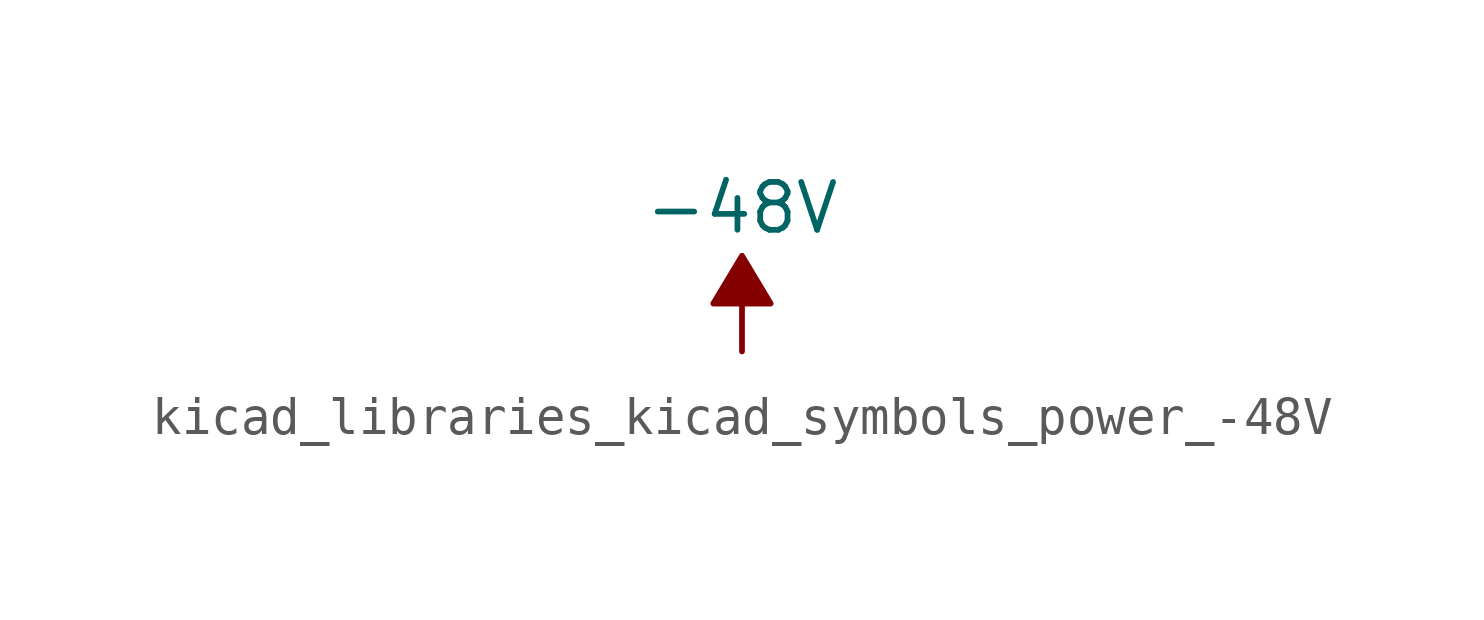
<source format=kicad_sym>
(kicad_symbol_lib
  (version 20220914)
  (generator kicad_symbol_editor)
  (symbol "kicad_libraries_kicad_symbols_power_-48V"
    (power)
    (pin_names
      (offset 0))
    (property "Reference" "#PWR"
      (at 0 2.54 0)
      (effects (font (size 1.27 1.27)) hide))
    (property "Value" "-48V"
      (at 0 3.81 0)
      (effects (font (size 1.27 1.27))))
    (symbol "kicad_libraries_kicad_symbols_power_-48V_0_0"
      (pin power_in line (at 0 0 90) (length 0) hide (name "-48V" (effects (font (size 1.27 1.27)))) (number "1" (effects (font (size 1.27 1.27))))))
    (symbol "kicad_libraries_kicad_symbols_power_-48V_0_1"
      (polyline (pts (xy 0 0) (xy 0 1.27) (xy 0.762 1.27) (xy 0 2.54) (xy -0.762 1.27) (xy 0 1.27)) (stroke (width 0) (type default)) (fill (type outline))))))
</source>
